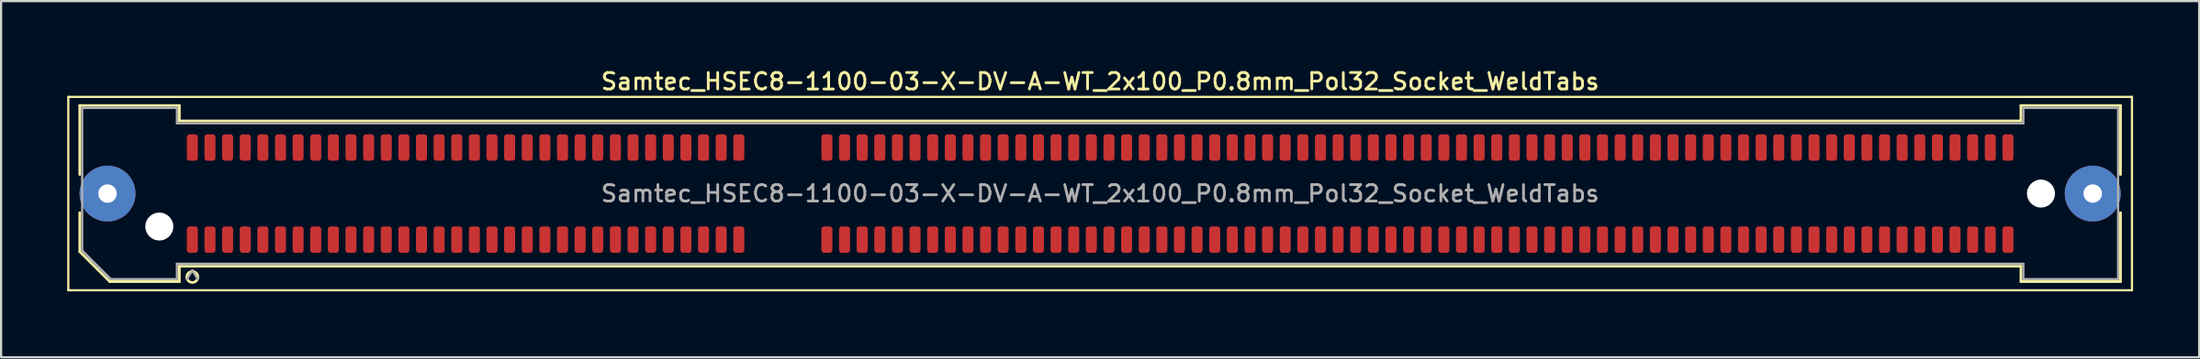
<source format=kicad_pcb>
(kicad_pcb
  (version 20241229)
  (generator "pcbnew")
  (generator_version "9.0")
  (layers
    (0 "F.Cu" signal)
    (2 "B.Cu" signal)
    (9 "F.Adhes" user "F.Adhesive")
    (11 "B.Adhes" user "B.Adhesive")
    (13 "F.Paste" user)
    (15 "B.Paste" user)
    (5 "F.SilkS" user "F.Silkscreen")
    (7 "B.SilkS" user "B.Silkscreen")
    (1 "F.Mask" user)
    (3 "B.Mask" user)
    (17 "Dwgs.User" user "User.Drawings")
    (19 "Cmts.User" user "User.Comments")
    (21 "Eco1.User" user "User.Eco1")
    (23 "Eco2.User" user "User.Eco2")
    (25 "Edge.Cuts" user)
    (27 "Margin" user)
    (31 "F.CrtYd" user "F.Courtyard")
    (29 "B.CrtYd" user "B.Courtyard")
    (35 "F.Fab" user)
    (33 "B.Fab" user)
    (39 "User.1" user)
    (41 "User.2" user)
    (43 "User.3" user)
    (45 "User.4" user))
  (footprint "Samtec_HSEC8-1100-03-X-DV-A-WT_2x100_P0.8mm_Pol32_Socket_WeldTabs"
    (layer "F.Cu")
    (at 46.88 5.758)
    (property "Reference" "Samtec_HSEC8-1100-03-X-DV-A-WT_2x100_P0.8mm_Pol32_Socket_WeldTabs" (at 0 -5.1 0) (layer "F.SilkS") (effects (font (size 0.75 0.75) (thickness 0.125))))
    (attr smd)
    (fp_line (start -46.83 -4.4) (end -46.83 4.4) (stroke (width 0.1) (type solid)) (layer "F.SilkS"))
    (fp_line (start -46.83 4.4) (end 46.83 4.4) (stroke (width 0.1) (type solid)) (layer "F.SilkS"))
    (fp_line (start -46.31 -4.005) (end -41.79 -4.005) (stroke (width 0.12) (type solid)) (layer "F.SilkS"))
    (fp_line (start -46.31 -0.868) (end -46.31 -4.005) (stroke (width 0.12) (type solid)) (layer "F.SilkS"))
    (fp_line (start -46.31 2.641) (end -46.31 0.868) (stroke (width 0.12) (type solid)) (layer "F.SilkS"))
    (fp_line (start -44.946 4.005) (end -46.31 2.641) (stroke (width 0.12) (type solid)) (layer "F.SilkS"))
    (fp_line (start -41.79 -4.005) (end -41.79 -3.305) (stroke (width 0.12) (type solid)) (layer "F.SilkS"))
    (fp_line (start -41.79 -3.305) (end 41.79 -3.305) (stroke (width 0.12) (type solid)) (layer "F.SilkS"))
    (fp_line (start -41.79 3.305) (end -41.79 4.005) (stroke (width 0.12) (type solid)) (layer "F.SilkS"))
    (fp_line (start -41.79 4.005) (end -44.946 4.005) (stroke (width 0.12) (type solid)) (layer "F.SilkS"))
    (fp_line (start 41.79 -4.005) (end 46.31 -4.005) (stroke (width 0.12) (type solid)) (layer "F.SilkS"))
    (fp_line (start 41.79 -3.305) (end 41.79 -4.005) (stroke (width 0.12) (type solid)) (layer "F.SilkS"))
    (fp_line (start 41.79 3.305) (end -41.79 3.305) (stroke (width 0.12) (type solid)) (layer "F.SilkS"))
    (fp_line (start 41.79 4.005) (end 41.79 3.305) (stroke (width 0.12) (type solid)) (layer "F.SilkS"))
    (fp_line (start 46.31 -4.005) (end 46.31 -0.868) (stroke (width 0.12) (type solid)) (layer "F.SilkS"))
    (fp_line (start 46.31 0.868) (end 46.31 4.005) (stroke (width 0.12) (type solid)) (layer "F.SilkS"))
    (fp_line (start 46.31 4.005) (end 41.79 4.005) (stroke (width 0.12) (type solid)) (layer "F.SilkS"))
    (fp_line (start 46.83 -4.4) (end -46.83 -4.4) (stroke (width 0.1) (type solid)) (layer "F.SilkS"))
    (fp_line (start 46.83 4.4) (end 46.83 -4.4) (stroke (width 0.1) (type solid)) (layer "F.SilkS"))
    (fp_arc (start -40.95 3.795) (mid -41.45 3.795) (end -40.95 3.795) (stroke (width 0.12) (type solid)) (layer "F.SilkS"))
    (fp_line (start -46.2 -3.895) (end -41.9 -3.895) (stroke (width 0.1) (type solid)) (layer "F.Fab"))
    (fp_line (start -46.2 2.595) (end -46.2 -3.895) (stroke (width 0.1) (type solid)) (layer "F.Fab"))
    (fp_line (start -44.9 3.895) (end -46.2 2.595) (stroke (width 0.1) (type solid)) (layer "F.Fab"))
    (fp_line (start -41.9 -3.895) (end -41.9 -3.195) (stroke (width 0.1) (type solid)) (layer "F.Fab"))
    (fp_line (start -41.9 -3.195) (end 41.9 -3.195) (stroke (width 0.1) (type solid)) (layer "F.Fab"))
    (fp_line (start -41.9 3.195) (end -41.9 3.895) (stroke (width 0.1) (type solid)) (layer "F.Fab"))
    (fp_line (start -41.9 3.895) (end -44.9 3.895) (stroke (width 0.1) (type solid)) (layer "F.Fab"))
    (fp_line (start -41.2 3.495) (end -41.45 3.895) (stroke (width 0.1) (type solid)) (layer "F.Fab"))
    (fp_line (start -41.2 3.495) (end -40.95 3.895) (stroke (width 0.1) (type solid)) (layer "F.Fab"))
    (fp_line (start 41.9 -3.895) (end 46.2 -3.895) (stroke (width 0.1) (type solid)) (layer "F.Fab"))
    (fp_line (start 41.9 -3.195) (end 41.9 -3.895) (stroke (width 0.1) (type solid)) (layer "F.Fab"))
    (fp_line (start 41.9 3.195) (end -41.9 3.195) (stroke (width 0.1) (type solid)) (layer "F.Fab"))
    (fp_line (start 41.9 3.895) (end 41.9 3.195) (stroke (width 0.1) (type solid)) (layer "F.Fab"))
    (fp_line (start 46.2 -3.895) (end 46.2 3.895) (stroke (width 0.1) (type solid)) (layer "F.Fab"))
    (fp_line (start 46.2 3.895) (end 41.9 3.895) (stroke (width 0.1) (type solid)) (layer "F.Fab"))
    (fp_text user "${REFERENCE}" (at 0 0 0) (layer "F.Fab") (effects (font (size 0.75 0.75) (thickness 0.125))))
    (pad "" thru_hole circle (at -45.05 0) (size 2.54 2.54) (drill 0.84) (layers "*.Cu" "*.Mask" "F.Paste"))
    (pad "" np_thru_hole circle (at -42.7 1.5) (size 1.27 1.27) (drill 1.27) (layers "*.Cu" "*.Mask"))
    (pad "" np_thru_hole circle (at 42.7 0) (size 1.27 1.27) (drill 1.27) (layers "*.Cu" "*.Mask"))
    (pad "" thru_hole circle (at 45.05 0) (size 2.54 2.54) (drill 0.84) (layers "*.Cu" "*.Mask" "F.Paste"))
    (pad "1" smd roundrect (at -41.2 2.095) (size 0.5 1.2) (layers "F.Cu" "F.Mask" "F.Paste") (roundrect_rratio 0.25))
    (pad "2" smd roundrect (at -41.2 -2.095) (size 0.5 1.2) (layers "F.Cu" "F.Mask" "F.Paste") (roundrect_rratio 0.25))
    (pad "3" smd roundrect (at -40.4 2.095) (size 0.5 1.2) (layers "F.Cu" "F.Mask" "F.Paste") (roundrect_rratio 0.25))
    (pad "4" smd roundrect (at -40.4 -2.095) (size 0.5 1.2) (layers "F.Cu" "F.Mask" "F.Paste") (roundrect_rratio 0.25))
    (pad "5" smd roundrect (at -39.6 2.095) (size 0.5 1.2) (layers "F.Cu" "F.Mask" "F.Paste") (roundrect_rratio 0.25))
    (pad "6" smd roundrect (at -39.6 -2.095) (size 0.5 1.2) (layers "F.Cu" "F.Mask" "F.Paste") (roundrect_rratio 0.25))
    (pad "7" smd roundrect (at -38.8 2.095) (size 0.5 1.2) (layers "F.Cu" "F.Mask" "F.Paste") (roundrect_rratio 0.25))
    (pad "8" smd roundrect (at -38.8 -2.095) (size 0.5 1.2) (layers "F.Cu" "F.Mask" "F.Paste") (roundrect_rratio 0.25))
    (pad "9" smd roundrect (at -38 2.095) (size 0.5 1.2) (layers "F.Cu" "F.Mask" "F.Paste") (roundrect_rratio 0.25))
    (pad "10" smd roundrect (at -38 -2.095) (size 0.5 1.2) (layers "F.Cu" "F.Mask" "F.Paste") (roundrect_rratio 0.25))
    (pad "11" smd roundrect (at -37.2 2.095) (size 0.5 1.2) (layers "F.Cu" "F.Mask" "F.Paste") (roundrect_rratio 0.25))
    (pad "12" smd roundrect (at -37.2 -2.095) (size 0.5 1.2) (layers "F.Cu" "F.Mask" "F.Paste") (roundrect_rratio 0.25))
    (pad "13" smd roundrect (at -36.4 2.095) (size 0.5 1.2) (layers "F.Cu" "F.Mask" "F.Paste") (roundrect_rratio 0.25))
    (pad "14" smd roundrect (at -36.4 -2.095) (size 0.5 1.2) (layers "F.Cu" "F.Mask" "F.Paste") (roundrect_rratio 0.25))
    (pad "15" smd roundrect (at -35.6 2.095) (size 0.5 1.2) (layers "F.Cu" "F.Mask" "F.Paste") (roundrect_rratio 0.25))
    (pad "16" smd roundrect (at -35.6 -2.095) (size 0.5 1.2) (layers "F.Cu" "F.Mask" "F.Paste") (roundrect_rratio 0.25))
    (pad "17" smd roundrect (at -34.8 2.095) (size 0.5 1.2) (layers "F.Cu" "F.Mask" "F.Paste") (roundrect_rratio 0.25))
    (pad "18" smd roundrect (at -34.8 -2.095) (size 0.5 1.2) (layers "F.Cu" "F.Mask" "F.Paste") (roundrect_rratio 0.25))
    (pad "19" smd roundrect (at -34 2.095) (size 0.5 1.2) (layers "F.Cu" "F.Mask" "F.Paste") (roundrect_rratio 0.25))
    (pad "20" smd roundrect (at -34 -2.095) (size 0.5 1.2) (layers "F.Cu" "F.Mask" "F.Paste") (roundrect_rratio 0.25))
    (pad "21" smd roundrect (at -33.2 2.095) (size 0.5 1.2) (layers "F.Cu" "F.Mask" "F.Paste") (roundrect_rratio 0.25))
    (pad "22" smd roundrect (at -33.2 -2.095) (size 0.5 1.2) (layers "F.Cu" "F.Mask" "F.Paste") (roundrect_rratio 0.25))
    (pad "23" smd roundrect (at -32.4 2.095) (size 0.5 1.2) (layers "F.Cu" "F.Mask" "F.Paste") (roundrect_rratio 0.25))
    (pad "24" smd roundrect (at -32.4 -2.095) (size 0.5 1.2) (layers "F.Cu" "F.Mask" "F.Paste") (roundrect_rratio 0.25))
    (pad "25" smd roundrect (at -31.6 2.095) (size 0.5 1.2) (layers "F.Cu" "F.Mask" "F.Paste") (roundrect_rratio 0.25))
    (pad "26" smd roundrect (at -31.6 -2.095) (size 0.5 1.2) (layers "F.Cu" "F.Mask" "F.Paste") (roundrect_rratio 0.25))
    (pad "27" smd roundrect (at -30.8 2.095) (size 0.5 1.2) (layers "F.Cu" "F.Mask" "F.Paste") (roundrect_rratio 0.25))
    (pad "28" smd roundrect (at -30.8 -2.095) (size 0.5 1.2) (layers "F.Cu" "F.Mask" "F.Paste") (roundrect_rratio 0.25))
    (pad "29" smd roundrect (at -30 2.095) (size 0.5 1.2) (layers "F.Cu" "F.Mask" "F.Paste") (roundrect_rratio 0.25))
    (pad "30" smd roundrect (at -30 -2.095) (size 0.5 1.2) (layers "F.Cu" "F.Mask" "F.Paste") (roundrect_rratio 0.25))
    (pad "31" smd roundrect (at -29.2 2.095) (size 0.5 1.2) (layers "F.Cu" "F.Mask" "F.Paste") (roundrect_rratio 0.25))
    (pad "32" smd roundrect (at -29.2 -2.095) (size 0.5 1.2) (layers "F.Cu" "F.Mask" "F.Paste") (roundrect_rratio 0.25))
    (pad "33" smd roundrect (at -28.4 2.095) (size 0.5 1.2) (layers "F.Cu" "F.Mask" "F.Paste") (roundrect_rratio 0.25))
    (pad "34" smd roundrect (at -28.4 -2.095) (size 0.5 1.2) (layers "F.Cu" "F.Mask" "F.Paste") (roundrect_rratio 0.25))
    (pad "35" smd roundrect (at -27.6 2.095) (size 0.5 1.2) (layers "F.Cu" "F.Mask" "F.Paste") (roundrect_rratio 0.25))
    (pad "36" smd roundrect (at -27.6 -2.095) (size 0.5 1.2) (layers "F.Cu" "F.Mask" "F.Paste") (roundrect_rratio 0.25))
    (pad "37" smd roundrect (at -26.8 2.095) (size 0.5 1.2) (layers "F.Cu" "F.Mask" "F.Paste") (roundrect_rratio 0.25))
    (pad "38" smd roundrect (at -26.8 -2.095) (size 0.5 1.2) (layers "F.Cu" "F.Mask" "F.Paste") (roundrect_rratio 0.25))
    (pad "39" smd roundrect (at -26 2.095) (size 0.5 1.2) (layers "F.Cu" "F.Mask" "F.Paste") (roundrect_rratio 0.25))
    (pad "40" smd roundrect (at -26 -2.095) (size 0.5 1.2) (layers "F.Cu" "F.Mask" "F.Paste") (roundrect_rratio 0.25))
    (pad "41" smd roundrect (at -25.2 2.095) (size 0.5 1.2) (layers "F.Cu" "F.Mask" "F.Paste") (roundrect_rratio 0.25))
    (pad "42" smd roundrect (at -25.2 -2.095) (size 0.5 1.2) (layers "F.Cu" "F.Mask" "F.Paste") (roundrect_rratio 0.25))
    (pad "43" smd roundrect (at -24.4 2.095) (size 0.5 1.2) (layers "F.Cu" "F.Mask" "F.Paste") (roundrect_rratio 0.25))
    (pad "44" smd roundrect (at -24.4 -2.095) (size 0.5 1.2) (layers "F.Cu" "F.Mask" "F.Paste") (roundrect_rratio 0.25))
    (pad "45" smd roundrect (at -23.6 2.095) (size 0.5 1.2) (layers "F.Cu" "F.Mask" "F.Paste") (roundrect_rratio 0.25))
    (pad "46" smd roundrect (at -23.6 -2.095) (size 0.5 1.2) (layers "F.Cu" "F.Mask" "F.Paste") (roundrect_rratio 0.25))
    (pad "47" smd roundrect (at -22.8 2.095) (size 0.5 1.2) (layers "F.Cu" "F.Mask" "F.Paste") (roundrect_rratio 0.25))
    (pad "48" smd roundrect (at -22.8 -2.095) (size 0.5 1.2) (layers "F.Cu" "F.Mask" "F.Paste") (roundrect_rratio 0.25))
    (pad "49" smd roundrect (at -22 2.095) (size 0.5 1.2) (layers "F.Cu" "F.Mask" "F.Paste") (roundrect_rratio 0.25))
    (pad "50" smd roundrect (at -22 -2.095) (size 0.5 1.2) (layers "F.Cu" "F.Mask" "F.Paste") (roundrect_rratio 0.25))
    (pad "51" smd roundrect (at -21.2 2.095) (size 0.5 1.2) (layers "F.Cu" "F.Mask" "F.Paste") (roundrect_rratio 0.25))
    (pad "52" smd roundrect (at -21.2 -2.095) (size 0.5 1.2) (layers "F.Cu" "F.Mask" "F.Paste") (roundrect_rratio 0.25))
    (pad "53" smd roundrect (at -20.4 2.095) (size 0.5 1.2) (layers "F.Cu" "F.Mask" "F.Paste") (roundrect_rratio 0.25))
    (pad "54" smd roundrect (at -20.4 -2.095) (size 0.5 1.2) (layers "F.Cu" "F.Mask" "F.Paste") (roundrect_rratio 0.25))
    (pad "55" smd roundrect (at -19.6 2.095) (size 0.5 1.2) (layers "F.Cu" "F.Mask" "F.Paste") (roundrect_rratio 0.25))
    (pad "56" smd roundrect (at -19.6 -2.095) (size 0.5 1.2) (layers "F.Cu" "F.Mask" "F.Paste") (roundrect_rratio 0.25))
    (pad "57" smd roundrect (at -18.8 2.095) (size 0.5 1.2) (layers "F.Cu" "F.Mask" "F.Paste") (roundrect_rratio 0.25))
    (pad "58" smd roundrect (at -18.8 -2.095) (size 0.5 1.2) (layers "F.Cu" "F.Mask" "F.Paste") (roundrect_rratio 0.25))
    (pad "59" smd roundrect (at -18 2.095) (size 0.5 1.2) (layers "F.Cu" "F.Mask" "F.Paste") (roundrect_rratio 0.25))
    (pad "60" smd roundrect (at -18 -2.095) (size 0.5 1.2) (layers "F.Cu" "F.Mask" "F.Paste") (roundrect_rratio 0.25))
    (pad "61" smd roundrect (at -17.2 2.095) (size 0.5 1.2) (layers "F.Cu" "F.Mask" "F.Paste") (roundrect_rratio 0.25))
    (pad "62" smd roundrect (at -17.2 -2.095) (size 0.5 1.2) (layers "F.Cu" "F.Mask" "F.Paste") (roundrect_rratio 0.25))
    (pad "63" smd roundrect (at -16.4 2.095) (size 0.5 1.2) (layers "F.Cu" "F.Mask" "F.Paste") (roundrect_rratio 0.25))
    (pad "64" smd roundrect (at -16.4 -2.095) (size 0.5 1.2) (layers "F.Cu" "F.Mask" "F.Paste") (roundrect_rratio 0.25))
    (pad "65" smd roundrect (at -12.4 2.095) (size 0.5 1.2) (layers "F.Cu" "F.Mask" "F.Paste") (roundrect_rratio 0.25))
    (pad "66" smd roundrect (at -12.4 -2.095) (size 0.5 1.2) (layers "F.Cu" "F.Mask" "F.Paste") (roundrect_rratio 0.25))
    (pad "67" smd roundrect (at -11.6 2.095) (size 0.5 1.2) (layers "F.Cu" "F.Mask" "F.Paste") (roundrect_rratio 0.25))
    (pad "68" smd roundrect (at -11.6 -2.095) (size 0.5 1.2) (layers "F.Cu" "F.Mask" "F.Paste") (roundrect_rratio 0.25))
    (pad "69" smd roundrect (at -10.8 2.095) (size 0.5 1.2) (layers "F.Cu" "F.Mask" "F.Paste") (roundrect_rratio 0.25))
    (pad "70" smd roundrect (at -10.8 -2.095) (size 0.5 1.2) (layers "F.Cu" "F.Mask" "F.Paste") (roundrect_rratio 0.25))
    (pad "71" smd roundrect (at -10 2.095) (size 0.5 1.2) (layers "F.Cu" "F.Mask" "F.Paste") (roundrect_rratio 0.25))
    (pad "72" smd roundrect (at -10 -2.095) (size 0.5 1.2) (layers "F.Cu" "F.Mask" "F.Paste") (roundrect_rratio 0.25))
    (pad "73" smd roundrect (at -9.2 2.095) (size 0.5 1.2) (layers "F.Cu" "F.Mask" "F.Paste") (roundrect_rratio 0.25))
    (pad "74" smd roundrect (at -9.2 -2.095) (size 0.5 1.2) (layers "F.Cu" "F.Mask" "F.Paste") (roundrect_rratio 0.25))
    (pad "75" smd roundrect (at -8.4 2.095) (size 0.5 1.2) (layers "F.Cu" "F.Mask" "F.Paste") (roundrect_rratio 0.25))
    (pad "76" smd roundrect (at -8.4 -2.095) (size 0.5 1.2) (layers "F.Cu" "F.Mask" "F.Paste") (roundrect_rratio 0.25))
    (pad "77" smd roundrect (at -7.6 2.095) (size 0.5 1.2) (layers "F.Cu" "F.Mask" "F.Paste") (roundrect_rratio 0.25))
    (pad "78" smd roundrect (at -7.6 -2.095) (size 0.5 1.2) (layers "F.Cu" "F.Mask" "F.Paste") (roundrect_rratio 0.25))
    (pad "79" smd roundrect (at -6.8 2.095) (size 0.5 1.2) (layers "F.Cu" "F.Mask" "F.Paste") (roundrect_rratio 0.25))
    (pad "80" smd roundrect (at -6.8 -2.095) (size 0.5 1.2) (layers "F.Cu" "F.Mask" "F.Paste") (roundrect_rratio 0.25))
    (pad "81" smd roundrect (at -6 2.095) (size 0.5 1.2) (layers "F.Cu" "F.Mask" "F.Paste") (roundrect_rratio 0.25))
    (pad "82" smd roundrect (at -6 -2.095) (size 0.5 1.2) (layers "F.Cu" "F.Mask" "F.Paste") (roundrect_rratio 0.25))
    (pad "83" smd roundrect (at -5.2 2.095) (size 0.5 1.2) (layers "F.Cu" "F.Mask" "F.Paste") (roundrect_rratio 0.25))
    (pad "84" smd roundrect (at -5.2 -2.095) (size 0.5 1.2) (layers "F.Cu" "F.Mask" "F.Paste") (roundrect_rratio 0.25))
    (pad "85" smd roundrect (at -4.4 2.095) (size 0.5 1.2) (layers "F.Cu" "F.Mask" "F.Paste") (roundrect_rratio 0.25))
    (pad "86" smd roundrect (at -4.4 -2.095) (size 0.5 1.2) (layers "F.Cu" "F.Mask" "F.Paste") (roundrect_rratio 0.25))
    (pad "87" smd roundrect (at -3.6 2.095) (size 0.5 1.2) (layers "F.Cu" "F.Mask" "F.Paste") (roundrect_rratio 0.25))
    (pad "88" smd roundrect (at -3.6 -2.095) (size 0.5 1.2) (layers "F.Cu" "F.Mask" "F.Paste") (roundrect_rratio 0.25))
    (pad "89" smd roundrect (at -2.8 2.095) (size 0.5 1.2) (layers "F.Cu" "F.Mask" "F.Paste") (roundrect_rratio 0.25))
    (pad "90" smd roundrect (at -2.8 -2.095) (size 0.5 1.2) (layers "F.Cu" "F.Mask" "F.Paste") (roundrect_rratio 0.25))
    (pad "91" smd roundrect (at -2 2.095) (size 0.5 1.2) (layers "F.Cu" "F.Mask" "F.Paste") (roundrect_rratio 0.25))
    (pad "92" smd roundrect (at -2 -2.095) (size 0.5 1.2) (layers "F.Cu" "F.Mask" "F.Paste") (roundrect_rratio 0.25))
    (pad "93" smd roundrect (at -1.2 2.095) (size 0.5 1.2) (layers "F.Cu" "F.Mask" "F.Paste") (roundrect_rratio 0.25))
    (pad "94" smd roundrect (at -1.2 -2.095) (size 0.5 1.2) (layers "F.Cu" "F.Mask" "F.Paste") (roundrect_rratio 0.25))
    (pad "95" smd roundrect (at -0.4 2.095) (size 0.5 1.2) (layers "F.Cu" "F.Mask" "F.Paste") (roundrect_rratio 0.25))
    (pad "96" smd roundrect (at -0.4 -2.095) (size 0.5 1.2) (layers "F.Cu" "F.Mask" "F.Paste") (roundrect_rratio 0.25))
    (pad "97" smd roundrect (at 0.4 2.095) (size 0.5 1.2) (layers "F.Cu" "F.Mask" "F.Paste") (roundrect_rratio 0.25))
    (pad "98" smd roundrect (at 0.4 -2.095) (size 0.5 1.2) (layers "F.Cu" "F.Mask" "F.Paste") (roundrect_rratio 0.25))
    (pad "99" smd roundrect (at 1.2 2.095) (size 0.5 1.2) (layers "F.Cu" "F.Mask" "F.Paste") (roundrect_rratio 0.25))
    (pad "100" smd roundrect (at 1.2 -2.095) (size 0.5 1.2) (layers "F.Cu" "F.Mask" "F.Paste") (roundrect_rratio 0.25))
    (pad "101" smd roundrect (at 2 2.095) (size 0.5 1.2) (layers "F.Cu" "F.Mask" "F.Paste") (roundrect_rratio 0.25))
    (pad "102" smd roundrect (at 2 -2.095) (size 0.5 1.2) (layers "F.Cu" "F.Mask" "F.Paste") (roundrect_rratio 0.25))
    (pad "103" smd roundrect (at 2.8 2.095) (size 0.5 1.2) (layers "F.Cu" "F.Mask" "F.Paste") (roundrect_rratio 0.25))
    (pad "104" smd roundrect (at 2.8 -2.095) (size 0.5 1.2) (layers "F.Cu" "F.Mask" "F.Paste") (roundrect_rratio 0.25))
    (pad "105" smd roundrect (at 3.6 2.095) (size 0.5 1.2) (layers "F.Cu" "F.Mask" "F.Paste") (roundrect_rratio 0.25))
    (pad "106" smd roundrect (at 3.6 -2.095) (size 0.5 1.2) (layers "F.Cu" "F.Mask" "F.Paste") (roundrect_rratio 0.25))
    (pad "107" smd roundrect (at 4.4 2.095) (size 0.5 1.2) (layers "F.Cu" "F.Mask" "F.Paste") (roundrect_rratio 0.25))
    (pad "108" smd roundrect (at 4.4 -2.095) (size 0.5 1.2) (layers "F.Cu" "F.Mask" "F.Paste") (roundrect_rratio 0.25))
    (pad "109" smd roundrect (at 5.2 2.095) (size 0.5 1.2) (layers "F.Cu" "F.Mask" "F.Paste") (roundrect_rratio 0.25))
    (pad "110" smd roundrect (at 5.2 -2.095) (size 0.5 1.2) (layers "F.Cu" "F.Mask" "F.Paste") (roundrect_rratio 0.25))
    (pad "111" smd roundrect (at 6 2.095) (size 0.5 1.2) (layers "F.Cu" "F.Mask" "F.Paste") (roundrect_rratio 0.25))
    (pad "112" smd roundrect (at 6 -2.095) (size 0.5 1.2) (layers "F.Cu" "F.Mask" "F.Paste") (roundrect_rratio 0.25))
    (pad "113" smd roundrect (at 6.8 2.095) (size 0.5 1.2) (layers "F.Cu" "F.Mask" "F.Paste") (roundrect_rratio 0.25))
    (pad "114" smd roundrect (at 6.8 -2.095) (size 0.5 1.2) (layers "F.Cu" "F.Mask" "F.Paste") (roundrect_rratio 0.25))
    (pad "115" smd roundrect (at 7.6 2.095) (size 0.5 1.2) (layers "F.Cu" "F.Mask" "F.Paste") (roundrect_rratio 0.25))
    (pad "116" smd roundrect (at 7.6 -2.095) (size 0.5 1.2) (layers "F.Cu" "F.Mask" "F.Paste") (roundrect_rratio 0.25))
    (pad "117" smd roundrect (at 8.4 2.095) (size 0.5 1.2) (layers "F.Cu" "F.Mask" "F.Paste") (roundrect_rratio 0.25))
    (pad "118" smd roundrect (at 8.4 -2.095) (size 0.5 1.2) (layers "F.Cu" "F.Mask" "F.Paste") (roundrect_rratio 0.25))
    (pad "119" smd roundrect (at 9.2 2.095) (size 0.5 1.2) (layers "F.Cu" "F.Mask" "F.Paste") (roundrect_rratio 0.25))
    (pad "120" smd roundrect (at 9.2 -2.095) (size 0.5 1.2) (layers "F.Cu" "F.Mask" "F.Paste") (roundrect_rratio 0.25))
    (pad "121" smd roundrect (at 10 2.095) (size 0.5 1.2) (layers "F.Cu" "F.Mask" "F.Paste") (roundrect_rratio 0.25))
    (pad "122" smd roundrect (at 10 -2.095) (size 0.5 1.2) (layers "F.Cu" "F.Mask" "F.Paste") (roundrect_rratio 0.25))
    (pad "123" smd roundrect (at 10.8 2.095) (size 0.5 1.2) (layers "F.Cu" "F.Mask" "F.Paste") (roundrect_rratio 0.25))
    (pad "124" smd roundrect (at 10.8 -2.095) (size 0.5 1.2) (layers "F.Cu" "F.Mask" "F.Paste") (roundrect_rratio 0.25))
    (pad "125" smd roundrect (at 11.6 2.095) (size 0.5 1.2) (layers "F.Cu" "F.Mask" "F.Paste") (roundrect_rratio 0.25))
    (pad "126" smd roundrect (at 11.6 -2.095) (size 0.5 1.2) (layers "F.Cu" "F.Mask" "F.Paste") (roundrect_rratio 0.25))
    (pad "127" smd roundrect (at 12.4 2.095) (size 0.5 1.2) (layers "F.Cu" "F.Mask" "F.Paste") (roundrect_rratio 0.25))
    (pad "128" smd roundrect (at 12.4 -2.095) (size 0.5 1.2) (layers "F.Cu" "F.Mask" "F.Paste") (roundrect_rratio 0.25))
    (pad "129" smd roundrect (at 13.2 2.095) (size 0.5 1.2) (layers "F.Cu" "F.Mask" "F.Paste") (roundrect_rratio 0.25))
    (pad "130" smd roundrect (at 13.2 -2.095) (size 0.5 1.2) (layers "F.Cu" "F.Mask" "F.Paste") (roundrect_rratio 0.25))
    (pad "131" smd roundrect (at 14 2.095) (size 0.5 1.2) (layers "F.Cu" "F.Mask" "F.Paste") (roundrect_rratio 0.25))
    (pad "132" smd roundrect (at 14 -2.095) (size 0.5 1.2) (layers "F.Cu" "F.Mask" "F.Paste") (roundrect_rratio 0.25))
    (pad "133" smd roundrect (at 14.8 2.095) (size 0.5 1.2) (layers "F.Cu" "F.Mask" "F.Paste") (roundrect_rratio 0.25))
    (pad "134" smd roundrect (at 14.8 -2.095) (size 0.5 1.2) (layers "F.Cu" "F.Mask" "F.Paste") (roundrect_rratio 0.25))
    (pad "135" smd roundrect (at 15.6 2.095) (size 0.5 1.2) (layers "F.Cu" "F.Mask" "F.Paste") (roundrect_rratio 0.25))
    (pad "136" smd roundrect (at 15.6 -2.095) (size 0.5 1.2) (layers "F.Cu" "F.Mask" "F.Paste") (roundrect_rratio 0.25))
    (pad "137" smd roundrect (at 16.4 2.095) (size 0.5 1.2) (layers "F.Cu" "F.Mask" "F.Paste") (roundrect_rratio 0.25))
    (pad "138" smd roundrect (at 16.4 -2.095) (size 0.5 1.2) (layers "F.Cu" "F.Mask" "F.Paste") (roundrect_rratio 0.25))
    (pad "139" smd roundrect (at 17.2 2.095) (size 0.5 1.2) (layers "F.Cu" "F.Mask" "F.Paste") (roundrect_rratio 0.25))
    (pad "140" smd roundrect (at 17.2 -2.095) (size 0.5 1.2) (layers "F.Cu" "F.Mask" "F.Paste") (roundrect_rratio 0.25))
    (pad "141" smd roundrect (at 18 2.095) (size 0.5 1.2) (layers "F.Cu" "F.Mask" "F.Paste") (roundrect_rratio 0.25))
    (pad "142" smd roundrect (at 18 -2.095) (size 0.5 1.2) (layers "F.Cu" "F.Mask" "F.Paste") (roundrect_rratio 0.25))
    (pad "143" smd roundrect (at 18.8 2.095) (size 0.5 1.2) (layers "F.Cu" "F.Mask" "F.Paste") (roundrect_rratio 0.25))
    (pad "144" smd roundrect (at 18.8 -2.095) (size 0.5 1.2) (layers "F.Cu" "F.Mask" "F.Paste") (roundrect_rratio 0.25))
    (pad "145" smd roundrect (at 19.6 2.095) (size 0.5 1.2) (layers "F.Cu" "F.Mask" "F.Paste") (roundrect_rratio 0.25))
    (pad "146" smd roundrect (at 19.6 -2.095) (size 0.5 1.2) (layers "F.Cu" "F.Mask" "F.Paste") (roundrect_rratio 0.25))
    (pad "147" smd roundrect (at 20.4 2.095) (size 0.5 1.2) (layers "F.Cu" "F.Mask" "F.Paste") (roundrect_rratio 0.25))
    (pad "148" smd roundrect (at 20.4 -2.095) (size 0.5 1.2) (layers "F.Cu" "F.Mask" "F.Paste") (roundrect_rratio 0.25))
    (pad "149" smd roundrect (at 21.2 2.095) (size 0.5 1.2) (layers "F.Cu" "F.Mask" "F.Paste") (roundrect_rratio 0.25))
    (pad "150" smd roundrect (at 21.2 -2.095) (size 0.5 1.2) (layers "F.Cu" "F.Mask" "F.Paste") (roundrect_rratio 0.25))
    (pad "151" smd roundrect (at 22 2.095) (size 0.5 1.2) (layers "F.Cu" "F.Mask" "F.Paste") (roundrect_rratio 0.25))
    (pad "152" smd roundrect (at 22 -2.095) (size 0.5 1.2) (layers "F.Cu" "F.Mask" "F.Paste") (roundrect_rratio 0.25))
    (pad "153" smd roundrect (at 22.8 2.095) (size 0.5 1.2) (layers "F.Cu" "F.Mask" "F.Paste") (roundrect_rratio 0.25))
    (pad "154" smd roundrect (at 22.8 -2.095) (size 0.5 1.2) (layers "F.Cu" "F.Mask" "F.Paste") (roundrect_rratio 0.25))
    (pad "155" smd roundrect (at 23.6 2.095) (size 0.5 1.2) (layers "F.Cu" "F.Mask" "F.Paste") (roundrect_rratio 0.25))
    (pad "156" smd roundrect (at 23.6 -2.095) (size 0.5 1.2) (layers "F.Cu" "F.Mask" "F.Paste") (roundrect_rratio 0.25))
    (pad "157" smd roundrect (at 24.4 2.095) (size 0.5 1.2) (layers "F.Cu" "F.Mask" "F.Paste") (roundrect_rratio 0.25))
    (pad "158" smd roundrect (at 24.4 -2.095) (size 0.5 1.2) (layers "F.Cu" "F.Mask" "F.Paste") (roundrect_rratio 0.25))
    (pad "159" smd roundrect (at 25.2 2.095) (size 0.5 1.2) (layers "F.Cu" "F.Mask" "F.Paste") (roundrect_rratio 0.25))
    (pad "160" smd roundrect (at 25.2 -2.095) (size 0.5 1.2) (layers "F.Cu" "F.Mask" "F.Paste") (roundrect_rratio 0.25))
    (pad "161" smd roundrect (at 26 2.095) (size 0.5 1.2) (layers "F.Cu" "F.Mask" "F.Paste") (roundrect_rratio 0.25))
    (pad "162" smd roundrect (at 26 -2.095) (size 0.5 1.2) (layers "F.Cu" "F.Mask" "F.Paste") (roundrect_rratio 0.25))
    (pad "163" smd roundrect (at 26.8 2.095) (size 0.5 1.2) (layers "F.Cu" "F.Mask" "F.Paste") (roundrect_rratio 0.25))
    (pad "164" smd roundrect (at 26.8 -2.095) (size 0.5 1.2) (layers "F.Cu" "F.Mask" "F.Paste") (roundrect_rratio 0.25))
    (pad "165" smd roundrect (at 27.6 2.095) (size 0.5 1.2) (layers "F.Cu" "F.Mask" "F.Paste") (roundrect_rratio 0.25))
    (pad "166" smd roundrect (at 27.6 -2.095) (size 0.5 1.2) (layers "F.Cu" "F.Mask" "F.Paste") (roundrect_rratio 0.25))
    (pad "167" smd roundrect (at 28.4 2.095) (size 0.5 1.2) (layers "F.Cu" "F.Mask" "F.Paste") (roundrect_rratio 0.25))
    (pad "168" smd roundrect (at 28.4 -2.095) (size 0.5 1.2) (layers "F.Cu" "F.Mask" "F.Paste") (roundrect_rratio 0.25))
    (pad "169" smd roundrect (at 29.2 2.095) (size 0.5 1.2) (layers "F.Cu" "F.Mask" "F.Paste") (roundrect_rratio 0.25))
    (pad "170" smd roundrect (at 29.2 -2.095) (size 0.5 1.2) (layers "F.Cu" "F.Mask" "F.Paste") (roundrect_rratio 0.25))
    (pad "171" smd roundrect (at 30 2.095) (size 0.5 1.2) (layers "F.Cu" "F.Mask" "F.Paste") (roundrect_rratio 0.25))
    (pad "172" smd roundrect (at 30 -2.095) (size 0.5 1.2) (layers "F.Cu" "F.Mask" "F.Paste") (roundrect_rratio 0.25))
    (pad "173" smd roundrect (at 30.8 2.095) (size 0.5 1.2) (layers "F.Cu" "F.Mask" "F.Paste") (roundrect_rratio 0.25))
    (pad "174" smd roundrect (at 30.8 -2.095) (size 0.5 1.2) (layers "F.Cu" "F.Mask" "F.Paste") (roundrect_rratio 0.25))
    (pad "175" smd roundrect (at 31.6 2.095) (size 0.5 1.2) (layers "F.Cu" "F.Mask" "F.Paste") (roundrect_rratio 0.25))
    (pad "176" smd roundrect (at 31.6 -2.095) (size 0.5 1.2) (layers "F.Cu" "F.Mask" "F.Paste") (roundrect_rratio 0.25))
    (pad "177" smd roundrect (at 32.4 2.095) (size 0.5 1.2) (layers "F.Cu" "F.Mask" "F.Paste") (roundrect_rratio 0.25))
    (pad "178" smd roundrect (at 32.4 -2.095) (size 0.5 1.2) (layers "F.Cu" "F.Mask" "F.Paste") (roundrect_rratio 0.25))
    (pad "179" smd roundrect (at 33.2 2.095) (size 0.5 1.2) (layers "F.Cu" "F.Mask" "F.Paste") (roundrect_rratio 0.25))
    (pad "180" smd roundrect (at 33.2 -2.095) (size 0.5 1.2) (layers "F.Cu" "F.Mask" "F.Paste") (roundrect_rratio 0.25))
    (pad "181" smd roundrect (at 34 2.095) (size 0.5 1.2) (layers "F.Cu" "F.Mask" "F.Paste") (roundrect_rratio 0.25))
    (pad "182" smd roundrect (at 34 -2.095) (size 0.5 1.2) (layers "F.Cu" "F.Mask" "F.Paste") (roundrect_rratio 0.25))
    (pad "183" smd roundrect (at 34.8 2.095) (size 0.5 1.2) (layers "F.Cu" "F.Mask" "F.Paste") (roundrect_rratio 0.25))
    (pad "184" smd roundrect (at 34.8 -2.095) (size 0.5 1.2) (layers "F.Cu" "F.Mask" "F.Paste") (roundrect_rratio 0.25))
    (pad "185" smd roundrect (at 35.6 2.095) (size 0.5 1.2) (layers "F.Cu" "F.Mask" "F.Paste") (roundrect_rratio 0.25))
    (pad "186" smd roundrect (at 35.6 -2.095) (size 0.5 1.2) (layers "F.Cu" "F.Mask" "F.Paste") (roundrect_rratio 0.25))
    (pad "187" smd roundrect (at 36.4 2.095) (size 0.5 1.2) (layers "F.Cu" "F.Mask" "F.Paste") (roundrect_rratio 0.25))
    (pad "188" smd roundrect (at 36.4 -2.095) (size 0.5 1.2) (layers "F.Cu" "F.Mask" "F.Paste") (roundrect_rratio 0.25))
    (pad "189" smd roundrect (at 37.2 2.095) (size 0.5 1.2) (layers "F.Cu" "F.Mask" "F.Paste") (roundrect_rratio 0.25))
    (pad "190" smd roundrect (at 37.2 -2.095) (size 0.5 1.2) (layers "F.Cu" "F.Mask" "F.Paste") (roundrect_rratio 0.25))
    (pad "191" smd roundrect (at 38 2.095) (size 0.5 1.2) (layers "F.Cu" "F.Mask" "F.Paste") (roundrect_rratio 0.25))
    (pad "192" smd roundrect (at 38 -2.095) (size 0.5 1.2) (layers "F.Cu" "F.Mask" "F.Paste") (roundrect_rratio 0.25))
    (pad "193" smd roundrect (at 38.8 2.095) (size 0.5 1.2) (layers "F.Cu" "F.Mask" "F.Paste") (roundrect_rratio 0.25))
    (pad "194" smd roundrect (at 38.8 -2.095) (size 0.5 1.2) (layers "F.Cu" "F.Mask" "F.Paste") (roundrect_rratio 0.25))
    (pad "195" smd roundrect (at 39.6 2.095) (size 0.5 1.2) (layers "F.Cu" "F.Mask" "F.Paste") (roundrect_rratio 0.25))
    (pad "196" smd roundrect (at 39.6 -2.095) (size 0.5 1.2) (layers "F.Cu" "F.Mask" "F.Paste") (roundrect_rratio 0.25))
    (pad "197" smd roundrect (at 40.4 2.095) (size 0.5 1.2) (layers "F.Cu" "F.Mask" "F.Paste") (roundrect_rratio 0.25))
    (pad "198" smd roundrect (at 40.4 -2.095) (size 0.5 1.2) (layers "F.Cu" "F.Mask" "F.Paste") (roundrect_rratio 0.25))
    (pad "199" smd roundrect (at 41.2 2.095) (size 0.5 1.2) (layers "F.Cu" "F.Mask" "F.Paste") (roundrect_rratio 0.25))
    (pad "200" smd roundrect (at 41.2 -2.095) (size 0.5 1.2) (layers "F.Cu" "F.Mask" "F.Paste") (roundrect_rratio 0.25)))
  (gr_rect
    (start -3 -3)
    (end 96.76 13.208)
    (stroke (width 0.1) (type default))
    (fill no)
    (layer "Edge.Cuts")))
</source>
